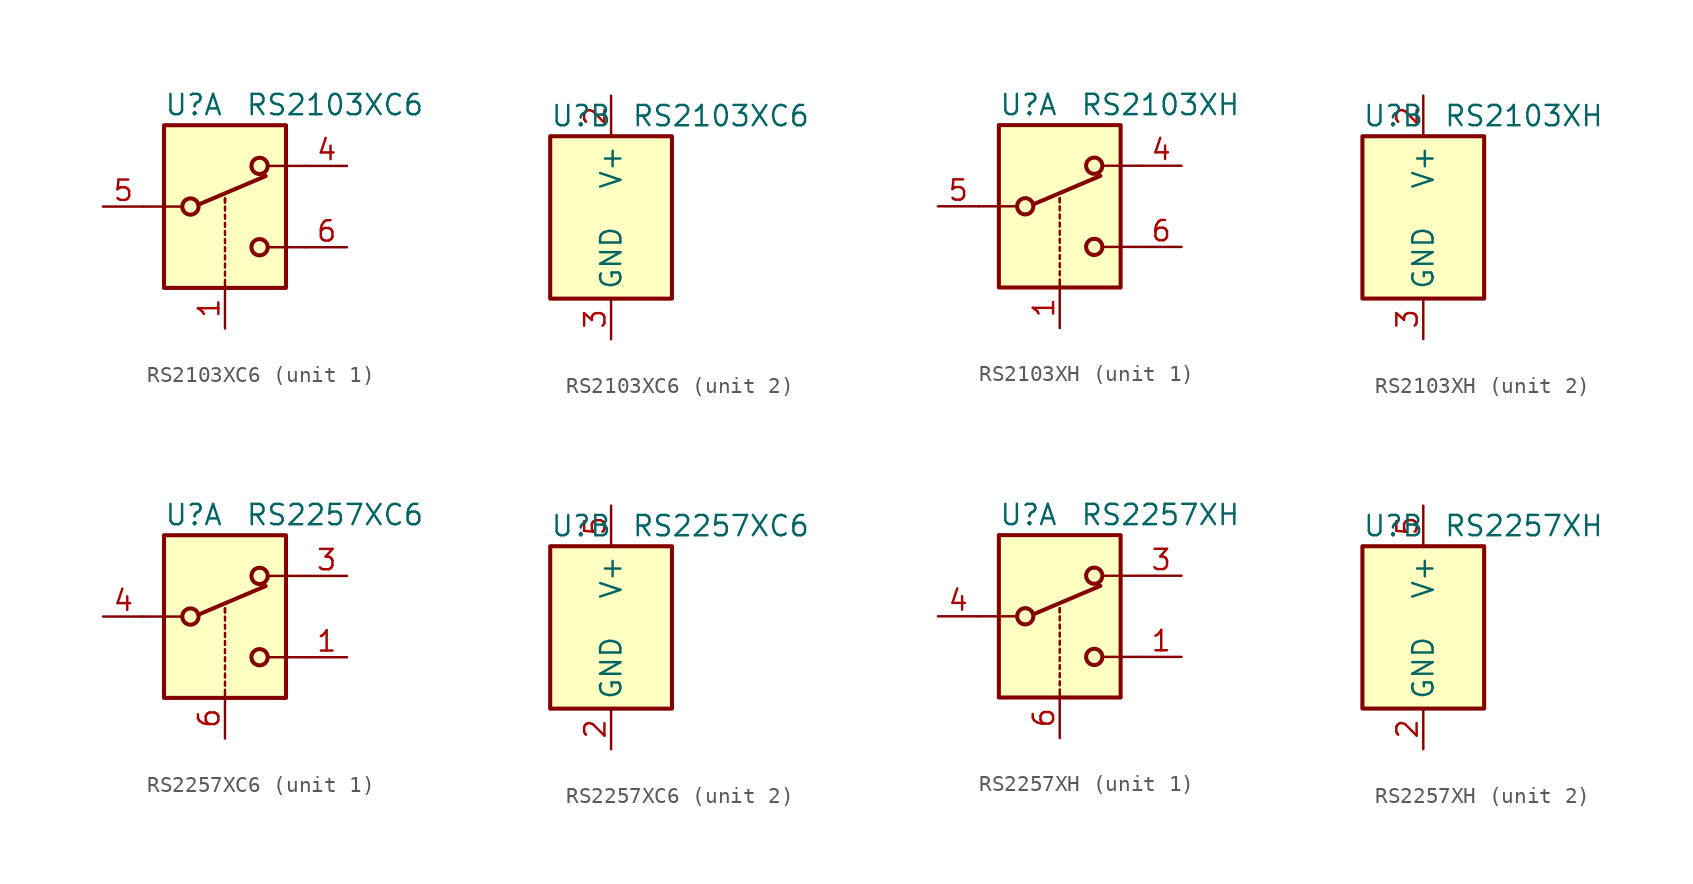
<source format=kicad_sym>
(kicad_symbol_lib
  (version 20210619)
  (generator kicad_symbol_editor)
  (symbol "Gekkio_Analog_Switch:RS2103XC6"
    (property "Reference" "U"
      (at -3.81 6.35 0)
      (effects (font (size 1.27 1.27)) (justify left)))
    (property "Value" "RS2103XC6"
      (at 1.27 6.35 0)
      (effects (font (size 1.27 1.27)) (justify left)))
    (property "ki_locked" ""
      (at 0 0 0)
      (effects (font (size 1.27 1.27))))
    (symbol "RS2103XC6_1_1"
      (circle (center -2.159 0) (radius 0.508) (stroke (width 0.254)) (fill (type none)))
      (circle (center 2.159 -2.54) (radius 0.508) (stroke (width 0.254)) (fill (type none)))
      (circle (center 2.159 2.54) (radius 0.508) (stroke (width 0.254)) (fill (type none)))
      (rectangle (start -3.81 5.08) (end 3.81 -5.08) (stroke (width 0.254)) (fill (type background)))
      (polyline (pts (xy -5.08 0) (xy -2.794 0)) (stroke (width 0)) (fill (type none)))
      (polyline (pts (xy -1.651 0.127) (xy 2.54 1.905)) (stroke (width 0.254)) (fill (type none)))
      (polyline (pts (xy 0 -5.08) (xy 0 -4.572)) (stroke (width 0)) (fill (type none)))
      (polyline (pts (xy 0 -4.318) (xy 0 -4.064)) (stroke (width 0)) (fill (type none)))
      (polyline (pts (xy 0 -3.81) (xy 0 -3.556)) (stroke (width 0)) (fill (type none)))
      (polyline (pts (xy 0 -3.302) (xy 0 -3.048)) (stroke (width 0)) (fill (type none)))
      (polyline (pts (xy 0 -2.794) (xy 0 -2.54)) (stroke (width 0)) (fill (type none)))
      (polyline (pts (xy 0 -2.286) (xy 0 -2.032)) (stroke (width 0)) (fill (type none)))
      (polyline (pts (xy 0 -1.778) (xy 0 -1.524)) (stroke (width 0)) (fill (type none)))
      (polyline (pts (xy 0 -1.27) (xy 0 -1.016)) (stroke (width 0)) (fill (type none)))
      (polyline (pts (xy 0 -0.762) (xy 0 -0.508)) (stroke (width 0)) (fill (type none)))
      (polyline (pts (xy 0 -0.254) (xy 0 0)) (stroke (width 0)) (fill (type none)))
      (polyline (pts (xy 0 0.254) (xy 0 0.508)) (stroke (width 0)) (fill (type none)))
      (polyline (pts (xy 0 0.254) (xy 0 0.508)) (stroke (width 0)) (fill (type none)))
      (polyline (pts (xy 5.08 -2.54) (xy 2.794 -2.54)) (stroke (width 0)) (fill (type none)))
      (polyline (pts (xy 5.08 2.54) (xy 2.794 2.54)) (stroke (width 0)) (fill (type none)))
      (pin input line (at 0 -7.62 90) (length 2.54) (name "~" (effects (font (size 1.27 1.27)))) (number "1" (effects (font (size 1.27 1.27)))))
      (pin passive line (at 7.62 2.54 180) (length 2.54) (name "~" (effects (font (size 1.27 1.27)))) (number "4" (effects (font (size 1.27 1.27)))))
      (pin passive line (at -7.62 0 0) (length 2.54) (name "~" (effects (font (size 1.27 1.27)))) (number "5" (effects (font (size 1.27 1.27)))))
      (pin passive line (at 7.62 -2.54 180) (length 2.54) (name "~" (effects (font (size 1.27 1.27)))) (number "6" (effects (font (size 1.27 1.27))))))
    (symbol "RS2103XC6_2_0"
      (pin power_in line (at 0 7.62 270) (length 2.54) (name "V+" (effects (font (size 1.27 1.27)))) (number "2" (effects (font (size 1.27 1.27)))))
      (pin power_in line (at 0 -7.62 90) (length 2.54) (name "GND" (effects (font (size 1.27 1.27)))) (number "3" (effects (font (size 1.27 1.27))))))
    (symbol "RS2103XC6_2_1"
      (rectangle (start -3.81 5.08) (end 3.81 -5.08) (stroke (width 0.254)) (fill (type background)))))
  (symbol "Gekkio_Analog_Switch:RS2103XH"
    (property "Reference" "U"
      (at -3.81 6.35 0)
      (effects (font (size 1.27 1.27)) (justify left)))
    (property "Value" "RS2103XH"
      (at 1.27 6.35 0)
      (effects (font (size 1.27 1.27)) (justify left)))
    (property "ki_locked" ""
      (at 0 0 0)
      (effects (font (size 1.27 1.27))))
    (symbol "RS2103XH_1_1"
      (circle (center -2.159 0) (radius 0.508) (stroke (width 0.254)) (fill (type none)))
      (circle (center 2.159 -2.54) (radius 0.508) (stroke (width 0.254)) (fill (type none)))
      (circle (center 2.159 2.54) (radius 0.508) (stroke (width 0.254)) (fill (type none)))
      (rectangle (start -3.81 5.08) (end 3.81 -5.08) (stroke (width 0.254)) (fill (type background)))
      (polyline (pts (xy -5.08 0) (xy -2.794 0)) (stroke (width 0)) (fill (type none)))
      (polyline (pts (xy -1.651 0.127) (xy 2.54 1.905)) (stroke (width 0.254)) (fill (type none)))
      (polyline (pts (xy 0 -5.08) (xy 0 -4.572)) (stroke (width 0)) (fill (type none)))
      (polyline (pts (xy 0 -4.318) (xy 0 -4.064)) (stroke (width 0)) (fill (type none)))
      (polyline (pts (xy 0 -3.81) (xy 0 -3.556)) (stroke (width 0)) (fill (type none)))
      (polyline (pts (xy 0 -3.302) (xy 0 -3.048)) (stroke (width 0)) (fill (type none)))
      (polyline (pts (xy 0 -2.794) (xy 0 -2.54)) (stroke (width 0)) (fill (type none)))
      (polyline (pts (xy 0 -2.286) (xy 0 -2.032)) (stroke (width 0)) (fill (type none)))
      (polyline (pts (xy 0 -1.778) (xy 0 -1.524)) (stroke (width 0)) (fill (type none)))
      (polyline (pts (xy 0 -1.27) (xy 0 -1.016)) (stroke (width 0)) (fill (type none)))
      (polyline (pts (xy 0 -0.762) (xy 0 -0.508)) (stroke (width 0)) (fill (type none)))
      (polyline (pts (xy 0 -0.254) (xy 0 0)) (stroke (width 0)) (fill (type none)))
      (polyline (pts (xy 0 0.254) (xy 0 0.508)) (stroke (width 0)) (fill (type none)))
      (polyline (pts (xy 0 0.254) (xy 0 0.508)) (stroke (width 0)) (fill (type none)))
      (polyline (pts (xy 5.08 -2.54) (xy 2.794 -2.54)) (stroke (width 0)) (fill (type none)))
      (polyline (pts (xy 5.08 2.54) (xy 2.794 2.54)) (stroke (width 0)) (fill (type none)))
      (pin input line (at 0 -7.62 90) (length 2.54) (name "~" (effects (font (size 1.27 1.27)))) (number "1" (effects (font (size 1.27 1.27)))))
      (pin passive line (at 7.62 2.54 180) (length 2.54) (name "~" (effects (font (size 1.27 1.27)))) (number "4" (effects (font (size 1.27 1.27)))))
      (pin passive line (at -7.62 0 0) (length 2.54) (name "~" (effects (font (size 1.27 1.27)))) (number "5" (effects (font (size 1.27 1.27)))))
      (pin passive line (at 7.62 -2.54 180) (length 2.54) (name "~" (effects (font (size 1.27 1.27)))) (number "6" (effects (font (size 1.27 1.27))))))
    (symbol "RS2103XH_2_0"
      (pin power_in line (at 0 7.62 270) (length 2.54) (name "V+" (effects (font (size 1.27 1.27)))) (number "2" (effects (font (size 1.27 1.27)))))
      (pin power_in line (at 0 -7.62 90) (length 2.54) (name "GND" (effects (font (size 1.27 1.27)))) (number "3" (effects (font (size 1.27 1.27))))))
    (symbol "RS2103XH_2_1"
      (rectangle (start -3.81 5.08) (end 3.81 -5.08) (stroke (width 0.254)) (fill (type background)))))
  (symbol "Gekkio_Analog_Switch:RS2257XC6"
    (property "Reference" "U"
      (at -3.81 6.35 0)
      (effects (font (size 1.27 1.27)) (justify left)))
    (property "Value" "RS2257XC6"
      (at 1.27 6.35 0)
      (effects (font (size 1.27 1.27)) (justify left)))
    (property "ki_locked" ""
      (at 0 0 0)
      (effects (font (size 1.27 1.27))))
    (symbol "RS2257XC6_1_1"
      (circle (center -2.159 0) (radius 0.508) (stroke (width 0.254)) (fill (type none)))
      (circle (center 2.159 -2.54) (radius 0.508) (stroke (width 0.254)) (fill (type none)))
      (circle (center 2.159 2.54) (radius 0.508) (stroke (width 0.254)) (fill (type none)))
      (rectangle (start -3.81 5.08) (end 3.81 -5.08) (stroke (width 0.254)) (fill (type background)))
      (polyline (pts (xy -5.08 0) (xy -2.794 0)) (stroke (width 0)) (fill (type none)))
      (polyline (pts (xy -1.651 0.127) (xy 2.54 1.905)) (stroke (width 0.254)) (fill (type none)))
      (polyline (pts (xy 0 -5.08) (xy 0 -4.572)) (stroke (width 0)) (fill (type none)))
      (polyline (pts (xy 0 -4.318) (xy 0 -4.064)) (stroke (width 0)) (fill (type none)))
      (polyline (pts (xy 0 -3.81) (xy 0 -3.556)) (stroke (width 0)) (fill (type none)))
      (polyline (pts (xy 0 -3.302) (xy 0 -3.048)) (stroke (width 0)) (fill (type none)))
      (polyline (pts (xy 0 -2.794) (xy 0 -2.54)) (stroke (width 0)) (fill (type none)))
      (polyline (pts (xy 0 -2.286) (xy 0 -2.032)) (stroke (width 0)) (fill (type none)))
      (polyline (pts (xy 0 -1.778) (xy 0 -1.524)) (stroke (width 0)) (fill (type none)))
      (polyline (pts (xy 0 -1.27) (xy 0 -1.016)) (stroke (width 0)) (fill (type none)))
      (polyline (pts (xy 0 -0.762) (xy 0 -0.508)) (stroke (width 0)) (fill (type none)))
      (polyline (pts (xy 0 -0.254) (xy 0 0)) (stroke (width 0)) (fill (type none)))
      (polyline (pts (xy 0 0.254) (xy 0 0.508)) (stroke (width 0)) (fill (type none)))
      (polyline (pts (xy 0 0.254) (xy 0 0.508)) (stroke (width 0)) (fill (type none)))
      (polyline (pts (xy 5.08 -2.54) (xy 2.794 -2.54)) (stroke (width 0)) (fill (type none)))
      (polyline (pts (xy 5.08 2.54) (xy 2.794 2.54)) (stroke (width 0)) (fill (type none)))
      (pin passive line (at 7.62 -2.54 180) (length 2.54) (name "~" (effects (font (size 1.27 1.27)))) (number "1" (effects (font (size 1.27 1.27)))))
      (pin passive line (at 7.62 2.54 180) (length 2.54) (name "~" (effects (font (size 1.27 1.27)))) (number "3" (effects (font (size 1.27 1.27)))))
      (pin passive line (at -7.62 0 0) (length 2.54) (name "~" (effects (font (size 1.27 1.27)))) (number "4" (effects (font (size 1.27 1.27)))))
      (pin input line (at 0 -7.62 90) (length 2.54) (name "~" (effects (font (size 1.27 1.27)))) (number "6" (effects (font (size 1.27 1.27))))))
    (symbol "RS2257XC6_2_0"
      (pin power_in line (at 0 -7.62 90) (length 2.54) (name "GND" (effects (font (size 1.27 1.27)))) (number "2" (effects (font (size 1.27 1.27)))))
      (pin power_in line (at 0 7.62 270) (length 2.54) (name "V+" (effects (font (size 1.27 1.27)))) (number "5" (effects (font (size 1.27 1.27))))))
    (symbol "RS2257XC6_2_1"
      (rectangle (start -3.81 5.08) (end 3.81 -5.08) (stroke (width 0.254)) (fill (type background)))))
  (symbol "Gekkio_Analog_Switch:RS2257XH"
    (property "Reference" "U"
      (at -3.81 6.35 0)
      (effects (font (size 1.27 1.27)) (justify left)))
    (property "Value" "RS2257XH"
      (at 1.27 6.35 0)
      (effects (font (size 1.27 1.27)) (justify left)))
    (property "ki_locked" ""
      (at 0 0 0)
      (effects (font (size 1.27 1.27))))
    (symbol "RS2257XH_1_1"
      (circle (center -2.159 0) (radius 0.508) (stroke (width 0.254)) (fill (type none)))
      (circle (center 2.159 -2.54) (radius 0.508) (stroke (width 0.254)) (fill (type none)))
      (circle (center 2.159 2.54) (radius 0.508) (stroke (width 0.254)) (fill (type none)))
      (rectangle (start -3.81 5.08) (end 3.81 -5.08) (stroke (width 0.254)) (fill (type background)))
      (polyline (pts (xy -5.08 0) (xy -2.794 0)) (stroke (width 0)) (fill (type none)))
      (polyline (pts (xy -1.651 0.127) (xy 2.54 1.905)) (stroke (width 0.254)) (fill (type none)))
      (polyline (pts (xy 0 -5.08) (xy 0 -4.572)) (stroke (width 0)) (fill (type none)))
      (polyline (pts (xy 0 -4.318) (xy 0 -4.064)) (stroke (width 0)) (fill (type none)))
      (polyline (pts (xy 0 -3.81) (xy 0 -3.556)) (stroke (width 0)) (fill (type none)))
      (polyline (pts (xy 0 -3.302) (xy 0 -3.048)) (stroke (width 0)) (fill (type none)))
      (polyline (pts (xy 0 -2.794) (xy 0 -2.54)) (stroke (width 0)) (fill (type none)))
      (polyline (pts (xy 0 -2.286) (xy 0 -2.032)) (stroke (width 0)) (fill (type none)))
      (polyline (pts (xy 0 -1.778) (xy 0 -1.524)) (stroke (width 0)) (fill (type none)))
      (polyline (pts (xy 0 -1.27) (xy 0 -1.016)) (stroke (width 0)) (fill (type none)))
      (polyline (pts (xy 0 -0.762) (xy 0 -0.508)) (stroke (width 0)) (fill (type none)))
      (polyline (pts (xy 0 -0.254) (xy 0 0)) (stroke (width 0)) (fill (type none)))
      (polyline (pts (xy 0 0.254) (xy 0 0.508)) (stroke (width 0)) (fill (type none)))
      (polyline (pts (xy 0 0.254) (xy 0 0.508)) (stroke (width 0)) (fill (type none)))
      (polyline (pts (xy 5.08 -2.54) (xy 2.794 -2.54)) (stroke (width 0)) (fill (type none)))
      (polyline (pts (xy 5.08 2.54) (xy 2.794 2.54)) (stroke (width 0)) (fill (type none)))
      (pin passive line (at 7.62 -2.54 180) (length 2.54) (name "~" (effects (font (size 1.27 1.27)))) (number "1" (effects (font (size 1.27 1.27)))))
      (pin passive line (at 7.62 2.54 180) (length 2.54) (name "~" (effects (font (size 1.27 1.27)))) (number "3" (effects (font (size 1.27 1.27)))))
      (pin passive line (at -7.62 0 0) (length 2.54) (name "~" (effects (font (size 1.27 1.27)))) (number "4" (effects (font (size 1.27 1.27)))))
      (pin input line (at 0 -7.62 90) (length 2.54) (name "~" (effects (font (size 1.27 1.27)))) (number "6" (effects (font (size 1.27 1.27))))))
    (symbol "RS2257XH_2_0"
      (pin power_in line (at 0 -7.62 90) (length 2.54) (name "GND" (effects (font (size 1.27 1.27)))) (number "2" (effects (font (size 1.27 1.27)))))
      (pin power_in line (at 0 7.62 270) (length 2.54) (name "V+" (effects (font (size 1.27 1.27)))) (number "5" (effects (font (size 1.27 1.27))))))
    (symbol "RS2257XH_2_1"
      (rectangle (start -3.81 5.08) (end 3.81 -5.08) (stroke (width 0.254)) (fill (type background))))))
</source>
